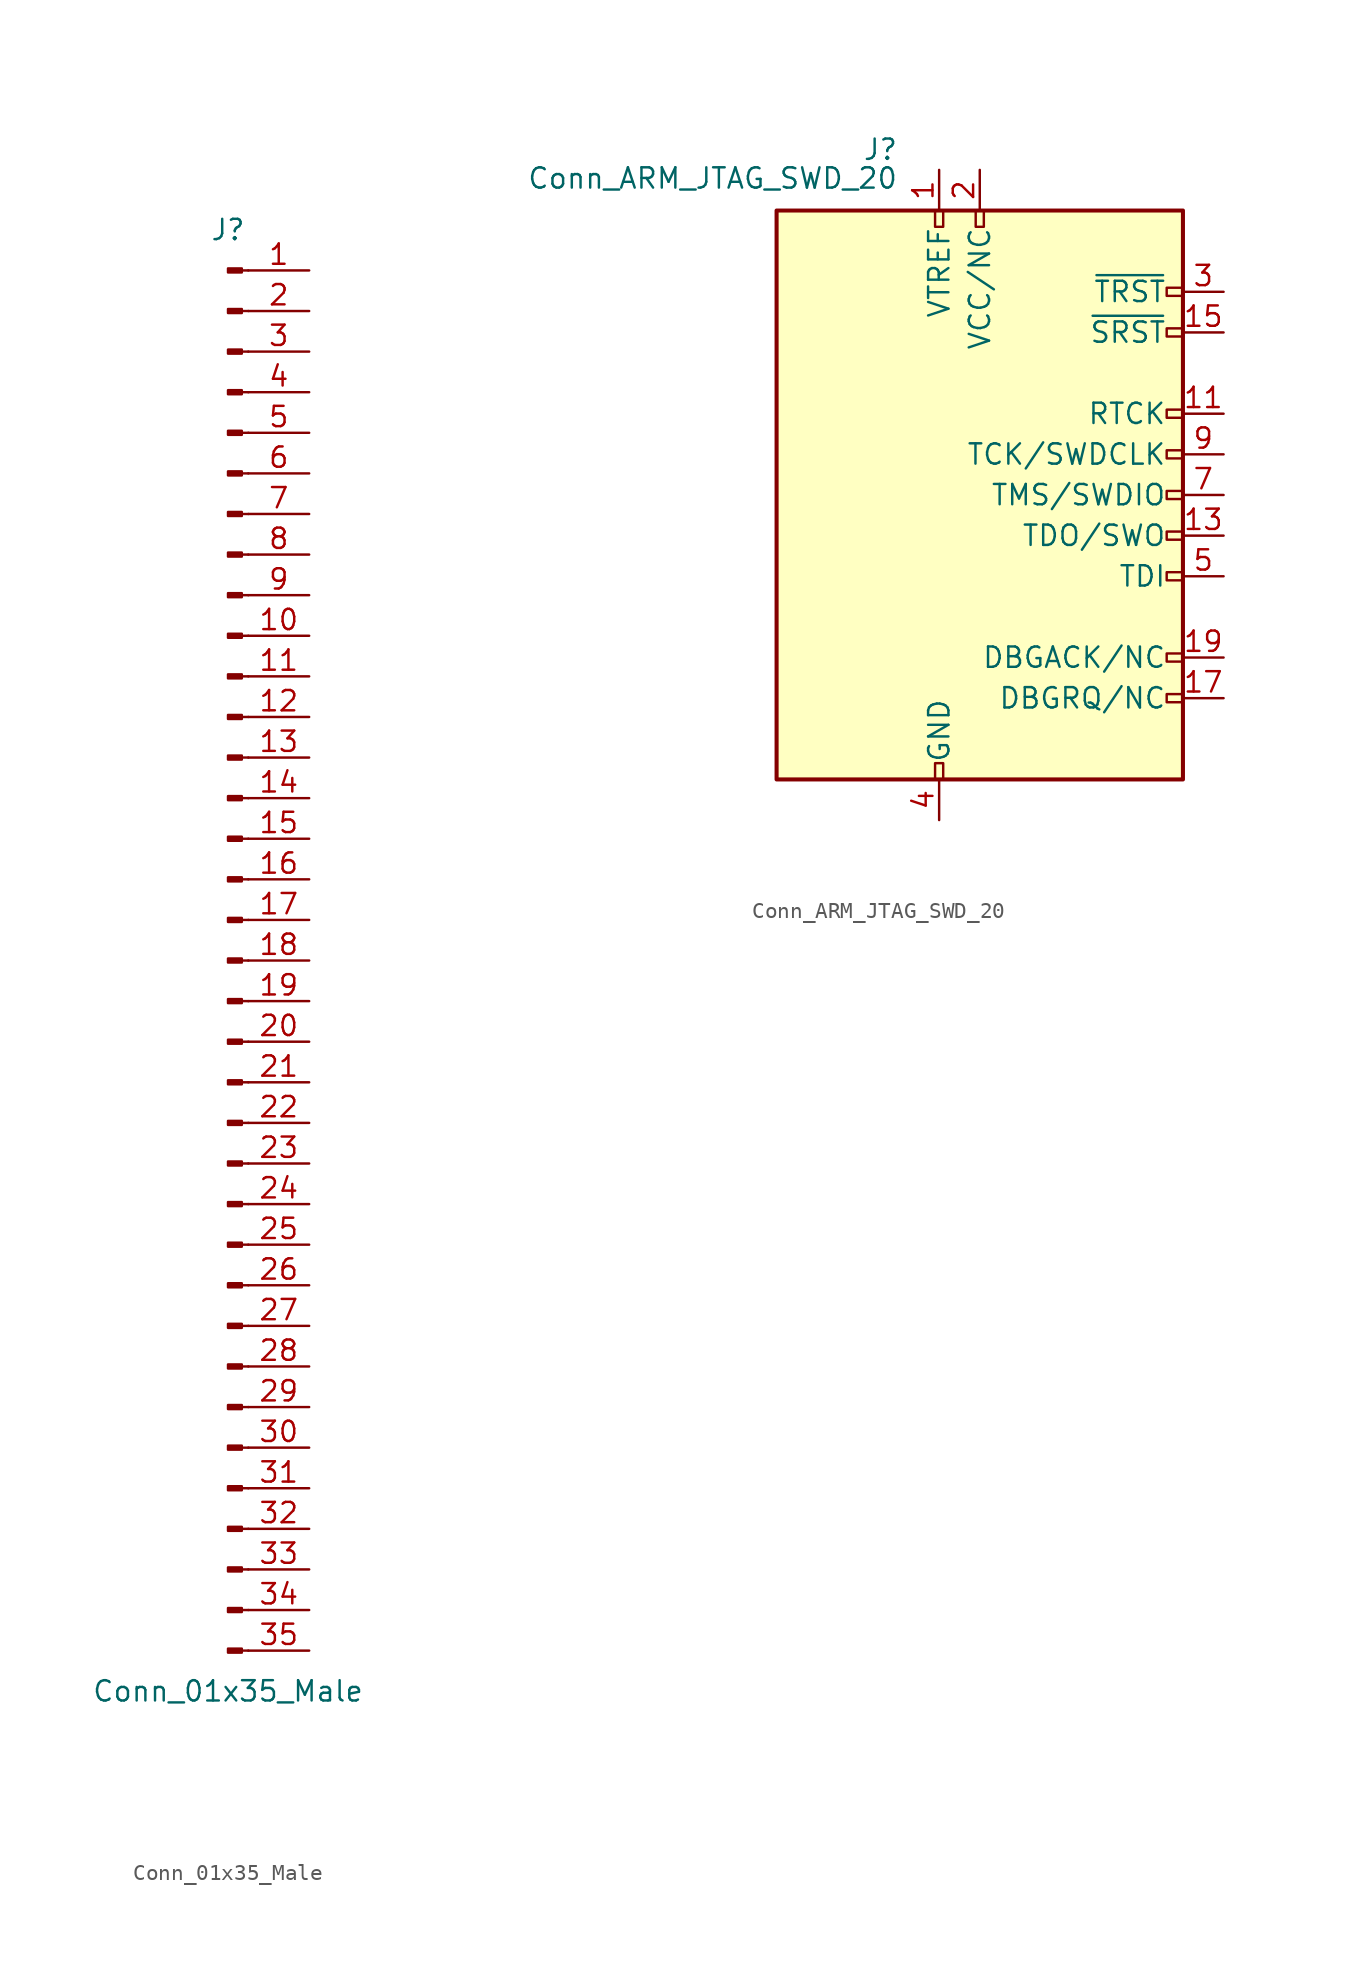
<source format=kicad_sym>
(kicad_symbol_lib
  (version 20220914)
  (generator kicad_symbol_editor)
  (symbol "Conn_01x35_Male"
    (pin_names
      (offset 1.016) hide)
    (property "Reference" "J"
      (at 0 45.72 0)
      (effects (font (size 1.27 1.27))))
    (property "Value" "Conn_01x35_Male"
      (at 0 -45.72 0)
      (effects (font (size 1.27 1.27))))
    (symbol "Conn_01x35_Male_1_1"
      (polyline (pts (xy 1.27 -43.18) (xy 0.864 -43.18)) (stroke (width 0.152) (type default)) (fill (type none)))
      (polyline (pts (xy 1.27 -40.64) (xy 0.864 -40.64)) (stroke (width 0.152) (type default)) (fill (type none)))
      (polyline (pts (xy 1.27 -38.1) (xy 0.864 -38.1)) (stroke (width 0.152) (type default)) (fill (type none)))
      (polyline (pts (xy 1.27 -35.56) (xy 0.864 -35.56)) (stroke (width 0.152) (type default)) (fill (type none)))
      (polyline (pts (xy 1.27 -33.02) (xy 0.864 -33.02)) (stroke (width 0.152) (type default)) (fill (type none)))
      (polyline (pts (xy 1.27 -30.48) (xy 0.864 -30.48)) (stroke (width 0.152) (type default)) (fill (type none)))
      (polyline (pts (xy 1.27 -27.94) (xy 0.864 -27.94)) (stroke (width 0.152) (type default)) (fill (type none)))
      (polyline (pts (xy 1.27 -25.4) (xy 0.864 -25.4)) (stroke (width 0.152) (type default)) (fill (type none)))
      (polyline (pts (xy 1.27 -22.86) (xy 0.864 -22.86)) (stroke (width 0.152) (type default)) (fill (type none)))
      (polyline (pts (xy 1.27 -20.32) (xy 0.864 -20.32)) (stroke (width 0.152) (type default)) (fill (type none)))
      (polyline (pts (xy 1.27 -17.78) (xy 0.864 -17.78)) (stroke (width 0.152) (type default)) (fill (type none)))
      (polyline (pts (xy 1.27 -15.24) (xy 0.864 -15.24)) (stroke (width 0.152) (type default)) (fill (type none)))
      (polyline (pts (xy 1.27 -12.7) (xy 0.864 -12.7)) (stroke (width 0.152) (type default)) (fill (type none)))
      (polyline (pts (xy 1.27 -10.16) (xy 0.864 -10.16)) (stroke (width 0.152) (type default)) (fill (type none)))
      (polyline (pts (xy 1.27 -7.62) (xy 0.864 -7.62)) (stroke (width 0.152) (type default)) (fill (type none)))
      (polyline (pts (xy 1.27 -5.08) (xy 0.864 -5.08)) (stroke (width 0.152) (type default)) (fill (type none)))
      (polyline (pts (xy 1.27 -2.54) (xy 0.864 -2.54)) (stroke (width 0.152) (type default)) (fill (type none)))
      (polyline (pts (xy 1.27 0) (xy 0.864 0)) (stroke (width 0.152) (type default)) (fill (type none)))
      (polyline (pts (xy 1.27 2.54) (xy 0.864 2.54)) (stroke (width 0.152) (type default)) (fill (type none)))
      (polyline (pts (xy 1.27 5.08) (xy 0.864 5.08)) (stroke (width 0.152) (type default)) (fill (type none)))
      (polyline (pts (xy 1.27 7.62) (xy 0.864 7.62)) (stroke (width 0.152) (type default)) (fill (type none)))
      (polyline (pts (xy 1.27 10.16) (xy 0.864 10.16)) (stroke (width 0.152) (type default)) (fill (type none)))
      (polyline (pts (xy 1.27 12.7) (xy 0.864 12.7)) (stroke (width 0.152) (type default)) (fill (type none)))
      (polyline (pts (xy 1.27 15.24) (xy 0.864 15.24)) (stroke (width 0.152) (type default)) (fill (type none)))
      (polyline (pts (xy 1.27 17.78) (xy 0.864 17.78)) (stroke (width 0.152) (type default)) (fill (type none)))
      (polyline (pts (xy 1.27 20.32) (xy 0.864 20.32)) (stroke (width 0.152) (type default)) (fill (type none)))
      (polyline (pts (xy 1.27 22.86) (xy 0.864 22.86)) (stroke (width 0.152) (type default)) (fill (type none)))
      (polyline (pts (xy 1.27 25.4) (xy 0.864 25.4)) (stroke (width 0.152) (type default)) (fill (type none)))
      (polyline (pts (xy 1.27 27.94) (xy 0.864 27.94)) (stroke (width 0.152) (type default)) (fill (type none)))
      (polyline (pts (xy 1.27 30.48) (xy 0.864 30.48)) (stroke (width 0.152) (type default)) (fill (type none)))
      (polyline (pts (xy 1.27 33.02) (xy 0.864 33.02)) (stroke (width 0.152) (type default)) (fill (type none)))
      (polyline (pts (xy 1.27 35.56) (xy 0.864 35.56)) (stroke (width 0.152) (type default)) (fill (type none)))
      (polyline (pts (xy 1.27 38.1) (xy 0.864 38.1)) (stroke (width 0.152) (type default)) (fill (type none)))
      (polyline (pts (xy 1.27 40.64) (xy 0.864 40.64)) (stroke (width 0.152) (type default)) (fill (type none)))
      (polyline (pts (xy 1.27 43.18) (xy 0.864 43.18)) (stroke (width 0.152) (type default)) (fill (type none)))
      (rectangle (start 0.864 -43.053) (end 0 -43.307) (stroke (width 0.152) (type default)) (fill (type outline)))
      (rectangle (start 0.864 -40.513) (end 0 -40.767) (stroke (width 0.152) (type default)) (fill (type outline)))
      (rectangle (start 0.864 -37.973) (end 0 -38.227) (stroke (width 0.152) (type default)) (fill (type outline)))
      (rectangle (start 0.864 -35.433) (end 0 -35.687) (stroke (width 0.152) (type default)) (fill (type outline)))
      (rectangle (start 0.864 -32.893) (end 0 -33.147) (stroke (width 0.152) (type default)) (fill (type outline)))
      (rectangle (start 0.864 -30.353) (end 0 -30.607) (stroke (width 0.152) (type default)) (fill (type outline)))
      (rectangle (start 0.864 -27.813) (end 0 -28.067) (stroke (width 0.152) (type default)) (fill (type outline)))
      (rectangle (start 0.864 -25.273) (end 0 -25.527) (stroke (width 0.152) (type default)) (fill (type outline)))
      (rectangle (start 0.864 -22.733) (end 0 -22.987) (stroke (width 0.152) (type default)) (fill (type outline)))
      (rectangle (start 0.864 -20.193) (end 0 -20.447) (stroke (width 0.152) (type default)) (fill (type outline)))
      (rectangle (start 0.864 -17.653) (end 0 -17.907) (stroke (width 0.152) (type default)) (fill (type outline)))
      (rectangle (start 0.864 -15.113) (end 0 -15.367) (stroke (width 0.152) (type default)) (fill (type outline)))
      (rectangle (start 0.864 -12.573) (end 0 -12.827) (stroke (width 0.152) (type default)) (fill (type outline)))
      (rectangle (start 0.864 -10.033) (end 0 -10.287) (stroke (width 0.152) (type default)) (fill (type outline)))
      (rectangle (start 0.864 -7.493) (end 0 -7.747) (stroke (width 0.152) (type default)) (fill (type outline)))
      (rectangle (start 0.864 -4.953) (end 0 -5.207) (stroke (width 0.152) (type default)) (fill (type outline)))
      (rectangle (start 0.864 -2.413) (end 0 -2.667) (stroke (width 0.152) (type default)) (fill (type outline)))
      (rectangle (start 0.864 0.127) (end 0 -0.127) (stroke (width 0.152) (type default)) (fill (type outline)))
      (rectangle (start 0.864 2.667) (end 0 2.413) (stroke (width 0.152) (type default)) (fill (type outline)))
      (rectangle (start 0.864 5.207) (end 0 4.953) (stroke (width 0.152) (type default)) (fill (type outline)))
      (rectangle (start 0.864 7.747) (end 0 7.493) (stroke (width 0.152) (type default)) (fill (type outline)))
      (rectangle (start 0.864 10.287) (end 0 10.033) (stroke (width 0.152) (type default)) (fill (type outline)))
      (rectangle (start 0.864 12.827) (end 0 12.573) (stroke (width 0.152) (type default)) (fill (type outline)))
      (rectangle (start 0.864 15.367) (end 0 15.113) (stroke (width 0.152) (type default)) (fill (type outline)))
      (rectangle (start 0.864 17.907) (end 0 17.653) (stroke (width 0.152) (type default)) (fill (type outline)))
      (rectangle (start 0.864 20.447) (end 0 20.193) (stroke (width 0.152) (type default)) (fill (type outline)))
      (rectangle (start 0.864 22.987) (end 0 22.733) (stroke (width 0.152) (type default)) (fill (type outline)))
      (rectangle (start 0.864 25.527) (end 0 25.273) (stroke (width 0.152) (type default)) (fill (type outline)))
      (rectangle (start 0.864 28.067) (end 0 27.813) (stroke (width 0.152) (type default)) (fill (type outline)))
      (rectangle (start 0.864 30.607) (end 0 30.353) (stroke (width 0.152) (type default)) (fill (type outline)))
      (rectangle (start 0.864 33.147) (end 0 32.893) (stroke (width 0.152) (type default)) (fill (type outline)))
      (rectangle (start 0.864 35.687) (end 0 35.433) (stroke (width 0.152) (type default)) (fill (type outline)))
      (rectangle (start 0.864 38.227) (end 0 37.973) (stroke (width 0.152) (type default)) (fill (type outline)))
      (rectangle (start 0.864 40.767) (end 0 40.513) (stroke (width 0.152) (type default)) (fill (type outline)))
      (rectangle (start 0.864 43.307) (end 0 43.053) (stroke (width 0.152) (type default)) (fill (type outline)))
      (pin passive line (at 5.08 43.18 180) (length 3.81) (name "Pin_1" (effects (font (size 1.27 1.27)))) (number "1" (effects (font (size 1.27 1.27)))))
      (pin passive line (at 5.08 20.32 180) (length 3.81) (name "Pin_10" (effects (font (size 1.27 1.27)))) (number "10" (effects (font (size 1.27 1.27)))))
      (pin passive line (at 5.08 17.78 180) (length 3.81) (name "Pin_11" (effects (font (size 1.27 1.27)))) (number "11" (effects (font (size 1.27 1.27)))))
      (pin passive line (at 5.08 15.24 180) (length 3.81) (name "Pin_12" (effects (font (size 1.27 1.27)))) (number "12" (effects (font (size 1.27 1.27)))))
      (pin passive line (at 5.08 12.7 180) (length 3.81) (name "Pin_13" (effects (font (size 1.27 1.27)))) (number "13" (effects (font (size 1.27 1.27)))))
      (pin passive line (at 5.08 10.16 180) (length 3.81) (name "Pin_14" (effects (font (size 1.27 1.27)))) (number "14" (effects (font (size 1.27 1.27)))))
      (pin passive line (at 5.08 7.62 180) (length 3.81) (name "Pin_15" (effects (font (size 1.27 1.27)))) (number "15" (effects (font (size 1.27 1.27)))))
      (pin passive line (at 5.08 5.08 180) (length 3.81) (name "Pin_16" (effects (font (size 1.27 1.27)))) (number "16" (effects (font (size 1.27 1.27)))))
      (pin passive line (at 5.08 2.54 180) (length 3.81) (name "Pin_17" (effects (font (size 1.27 1.27)))) (number "17" (effects (font (size 1.27 1.27)))))
      (pin passive line (at 5.08 0 180) (length 3.81) (name "Pin_18" (effects (font (size 1.27 1.27)))) (number "18" (effects (font (size 1.27 1.27)))))
      (pin passive line (at 5.08 -2.54 180) (length 3.81) (name "Pin_19" (effects (font (size 1.27 1.27)))) (number "19" (effects (font (size 1.27 1.27)))))
      (pin passive line (at 5.08 40.64 180) (length 3.81) (name "Pin_2" (effects (font (size 1.27 1.27)))) (number "2" (effects (font (size 1.27 1.27)))))
      (pin passive line (at 5.08 -5.08 180) (length 3.81) (name "Pin_20" (effects (font (size 1.27 1.27)))) (number "20" (effects (font (size 1.27 1.27)))))
      (pin passive line (at 5.08 -7.62 180) (length 3.81) (name "Pin_21" (effects (font (size 1.27 1.27)))) (number "21" (effects (font (size 1.27 1.27)))))
      (pin passive line (at 5.08 -10.16 180) (length 3.81) (name "Pin_22" (effects (font (size 1.27 1.27)))) (number "22" (effects (font (size 1.27 1.27)))))
      (pin passive line (at 5.08 -12.7 180) (length 3.81) (name "Pin_23" (effects (font (size 1.27 1.27)))) (number "23" (effects (font (size 1.27 1.27)))))
      (pin passive line (at 5.08 -15.24 180) (length 3.81) (name "Pin_24" (effects (font (size 1.27 1.27)))) (number "24" (effects (font (size 1.27 1.27)))))
      (pin passive line (at 5.08 -17.78 180) (length 3.81) (name "Pin_25" (effects (font (size 1.27 1.27)))) (number "25" (effects (font (size 1.27 1.27)))))
      (pin passive line (at 5.08 -20.32 180) (length 3.81) (name "Pin_26" (effects (font (size 1.27 1.27)))) (number "26" (effects (font (size 1.27 1.27)))))
      (pin passive line (at 5.08 -22.86 180) (length 3.81) (name "Pin_27" (effects (font (size 1.27 1.27)))) (number "27" (effects (font (size 1.27 1.27)))))
      (pin passive line (at 5.08 -25.4 180) (length 3.81) (name "Pin_28" (effects (font (size 1.27 1.27)))) (number "28" (effects (font (size 1.27 1.27)))))
      (pin passive line (at 5.08 -27.94 180) (length 3.81) (name "Pin_29" (effects (font (size 1.27 1.27)))) (number "29" (effects (font (size 1.27 1.27)))))
      (pin passive line (at 5.08 38.1 180) (length 3.81) (name "Pin_3" (effects (font (size 1.27 1.27)))) (number "3" (effects (font (size 1.27 1.27)))))
      (pin passive line (at 5.08 -30.48 180) (length 3.81) (name "Pin_30" (effects (font (size 1.27 1.27)))) (number "30" (effects (font (size 1.27 1.27)))))
      (pin passive line (at 5.08 -33.02 180) (length 3.81) (name "Pin_31" (effects (font (size 1.27 1.27)))) (number "31" (effects (font (size 1.27 1.27)))))
      (pin passive line (at 5.08 -35.56 180) (length 3.81) (name "Pin_32" (effects (font (size 1.27 1.27)))) (number "32" (effects (font (size 1.27 1.27)))))
      (pin passive line (at 5.08 -38.1 180) (length 3.81) (name "Pin_33" (effects (font (size 1.27 1.27)))) (number "33" (effects (font (size 1.27 1.27)))))
      (pin passive line (at 5.08 -40.64 180) (length 3.81) (name "Pin_34" (effects (font (size 1.27 1.27)))) (number "34" (effects (font (size 1.27 1.27)))))
      (pin passive line (at 5.08 -43.18 180) (length 3.81) (name "Pin_35" (effects (font (size 1.27 1.27)))) (number "35" (effects (font (size 1.27 1.27)))))
      (pin passive line (at 5.08 35.56 180) (length 3.81) (name "Pin_4" (effects (font (size 1.27 1.27)))) (number "4" (effects (font (size 1.27 1.27)))))
      (pin passive line (at 5.08 33.02 180) (length 3.81) (name "Pin_5" (effects (font (size 1.27 1.27)))) (number "5" (effects (font (size 1.27 1.27)))))
      (pin passive line (at 5.08 30.48 180) (length 3.81) (name "Pin_6" (effects (font (size 1.27 1.27)))) (number "6" (effects (font (size 1.27 1.27)))))
      (pin passive line (at 5.08 27.94 180) (length 3.81) (name "Pin_7" (effects (font (size 1.27 1.27)))) (number "7" (effects (font (size 1.27 1.27)))))
      (pin passive line (at 5.08 25.4 180) (length 3.81) (name "Pin_8" (effects (font (size 1.27 1.27)))) (number "8" (effects (font (size 1.27 1.27)))))
      (pin passive line (at 5.08 22.86 180) (length 3.81) (name "Pin_9" (effects (font (size 1.27 1.27)))) (number "9" (effects (font (size 1.27 1.27)))))))
  (symbol "Conn_ARM_JTAG_SWD_20"
    (pin_names
      (offset 1.016))
    (property "Reference" "J"
      (at -5.08 21.59 0)
      (effects (font (size 1.27 1.27)) (justify right)))
    (property "Value" "Conn_ARM_JTAG_SWD_20"
      (at -5.08 19.05 0)
      (effects (font (size 1.27 1.27)) (justify right bottom)))
    (symbol "Conn_ARM_JTAG_SWD_20_0_1"
      (rectangle (start -12.7 17.78) (end 12.7 -17.78) (stroke (width 0.254) (type default)) (fill (type background)))
      (rectangle (start -2.794 -17.78) (end -2.286 -16.764) (stroke (width 0) (type default)) (fill (type none)))
      (rectangle (start -2.794 17.78) (end -2.286 16.764) (stroke (width 0) (type default)) (fill (type none)))
      (rectangle (start -0.254 17.78) (end 0.254 16.764) (stroke (width 0) (type default)) (fill (type none)))
      (rectangle (start 11.684 2.286) (end 12.7 2.794) (stroke (width 0) (type default)) (fill (type none)))
      (rectangle (start 12.7 -12.446) (end 11.684 -12.954) (stroke (width 0) (type default)) (fill (type none)))
      (rectangle (start 12.7 -9.906) (end 11.684 -10.414) (stroke (width 0) (type default)) (fill (type none)))
      (rectangle (start 12.7 -2.794) (end 11.684 -2.286) (stroke (width 0) (type default)) (fill (type none)))
      (rectangle (start 12.7 -0.254) (end 11.684 0.254) (stroke (width 0) (type default)) (fill (type none)))
      (rectangle (start 12.7 4.826) (end 11.684 5.334) (stroke (width 0) (type default)) (fill (type none)))
      (rectangle (start 12.7 10.414) (end 11.684 9.906) (stroke (width 0) (type default)) (fill (type none)))
      (rectangle (start 12.7 12.954) (end 11.684 12.446) (stroke (width 0) (type default)) (fill (type none))))
    (symbol "Conn_ARM_JTAG_SWD_20_1_1"
      (rectangle (start 11.684 -5.334) (end 12.7 -4.826) (stroke (width 0) (type default)) (fill (type none)))
      (pin power_in line (at -2.54 20.32 270) (length 2.54) (name "VTREF" (effects (font (size 1.27 1.27)))) (number "1" (effects (font (size 1.27 1.27)))))
      (pin passive line (at -2.54 -20.32 90) (length 2.54) hide (name "GND" (effects (font (size 1.27 1.27)))) (number "10" (effects (font (size 1.27 1.27)))))
      (pin input line (at 15.24 5.08 180) (length 2.54) (name "RTCK" (effects (font (size 1.27 1.27)))) (number "11" (effects (font (size 1.27 1.27)))))
      (pin passive line (at -2.54 -20.32 90) (length 2.54) hide (name "GND" (effects (font (size 1.27 1.27)))) (number "12" (effects (font (size 1.27 1.27)))))
      (pin input line (at 15.24 -2.54 180) (length 2.54) (name "TDO/SWO" (effects (font (size 1.27 1.27)))) (number "13" (effects (font (size 1.27 1.27)))))
      (pin passive line (at -2.54 -20.32 90) (length 2.54) hide (name "GND" (effects (font (size 1.27 1.27)))) (number "14" (effects (font (size 1.27 1.27)))))
      (pin bidirectional line (at 15.24 10.16 180) (length 2.54) (name "~{SRST}" (effects (font (size 1.27 1.27)))) (number "15" (effects (font (size 1.27 1.27)))))
      (pin passive line (at -2.54 -20.32 90) (length 2.54) hide (name "GND" (effects (font (size 1.27 1.27)))) (number "16" (effects (font (size 1.27 1.27)))))
      (pin output line (at 15.24 -12.7 180) (length 2.54) (name "DBGRQ/NC" (effects (font (size 1.27 1.27)))) (number "17" (effects (font (size 1.27 1.27)))))
      (pin passive line (at -2.54 -20.32 90) (length 2.54) hide (name "GND" (effects (font (size 1.27 1.27)))) (number "18" (effects (font (size 1.27 1.27)))))
      (pin input line (at 15.24 -10.16 180) (length 2.54) (name "DBGACK/NC" (effects (font (size 1.27 1.27)))) (number "19" (effects (font (size 1.27 1.27)))))
      (pin power_in line (at 0 20.32 270) (length 2.54) (name "VCC/NC" (effects (font (size 1.27 1.27)))) (number "2" (effects (font (size 1.27 1.27)))))
      (pin passive line (at -2.54 -20.32 90) (length 2.54) hide (name "GND" (effects (font (size 1.27 1.27)))) (number "20" (effects (font (size 1.27 1.27)))))
      (pin output line (at 15.24 12.7 180) (length 2.54) (name "~{TRST}" (effects (font (size 1.27 1.27)))) (number "3" (effects (font (size 1.27 1.27)))))
      (pin power_in line (at -2.54 -20.32 90) (length 2.54) (name "GND" (effects (font (size 1.27 1.27)))) (number "4" (effects (font (size 1.27 1.27)))))
      (pin output line (at 15.24 -5.08 180) (length 2.54) (name "TDI" (effects (font (size 1.27 1.27)))) (number "5" (effects (font (size 1.27 1.27)))))
      (pin passive line (at -2.54 -20.32 90) (length 2.54) hide (name "GND" (effects (font (size 1.27 1.27)))) (number "6" (effects (font (size 1.27 1.27)))))
      (pin output line (at 15.24 0 180) (length 2.54) (name "TMS/SWDIO" (effects (font (size 1.27 1.27)))) (number "7" (effects (font (size 1.27 1.27)))))
      (pin passive line (at -2.54 -20.32 90) (length 2.54) hide (name "GND" (effects (font (size 1.27 1.27)))) (number "8" (effects (font (size 1.27 1.27)))))
      (pin output line (at 15.24 2.54 180) (length 2.54) (name "TCK/SWDCLK" (effects (font (size 1.27 1.27)))) (number "9" (effects (font (size 1.27 1.27))))))))
</source>
